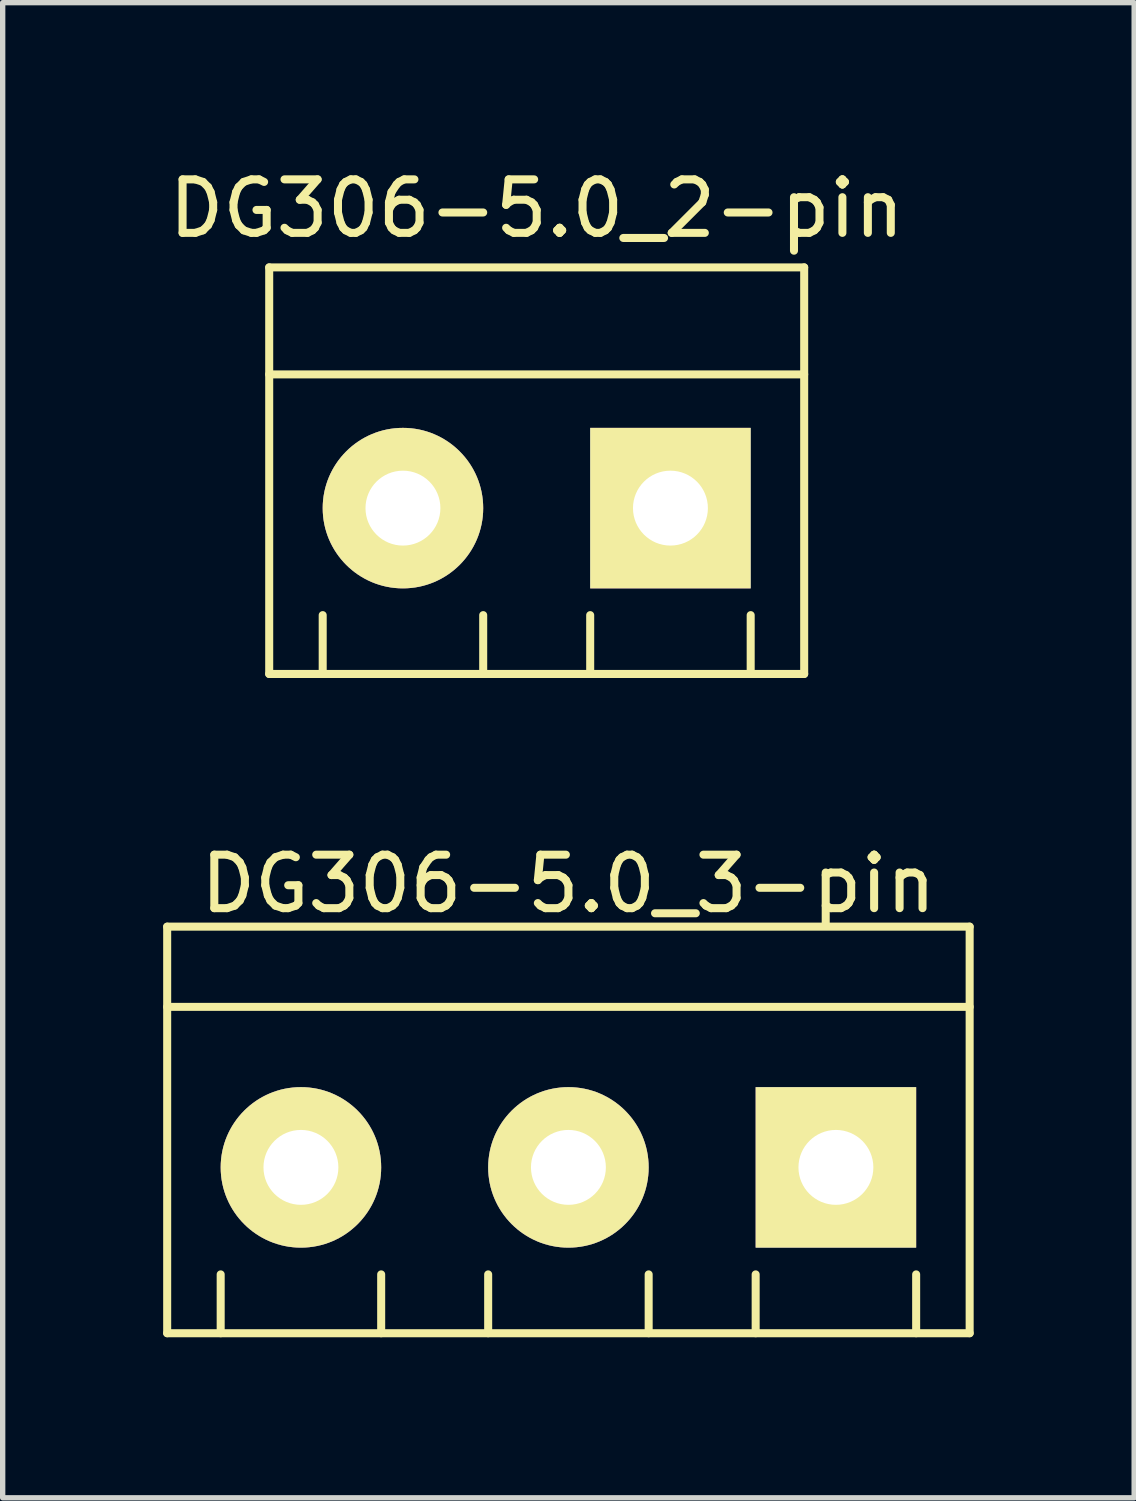
<source format=kicad_pcb>
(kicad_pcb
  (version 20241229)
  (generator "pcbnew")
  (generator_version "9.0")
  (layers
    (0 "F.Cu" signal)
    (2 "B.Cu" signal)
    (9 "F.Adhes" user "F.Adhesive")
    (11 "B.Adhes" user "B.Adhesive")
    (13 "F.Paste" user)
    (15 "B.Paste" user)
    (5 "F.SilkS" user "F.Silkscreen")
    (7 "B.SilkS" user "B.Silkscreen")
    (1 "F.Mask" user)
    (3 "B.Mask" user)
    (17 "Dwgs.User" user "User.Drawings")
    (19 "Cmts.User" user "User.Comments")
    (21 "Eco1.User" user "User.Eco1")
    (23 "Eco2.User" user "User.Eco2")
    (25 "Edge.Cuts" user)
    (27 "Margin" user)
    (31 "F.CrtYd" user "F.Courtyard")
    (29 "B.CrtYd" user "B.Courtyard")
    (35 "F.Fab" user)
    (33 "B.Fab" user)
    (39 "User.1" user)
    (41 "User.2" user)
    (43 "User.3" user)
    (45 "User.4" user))
  (footprint "DG306-5.0_2-pin"
    (layer "F.Cu")
    (at 6.982 6.448)
    (property "Reference" "DG306-5.0_2-pin" (at 0 -5.6 0) (layer "F.SilkS") (effects (font (size 1 1) (thickness 0.15))))
    (attr through_hole)
    (fp_line (start -5 -4.5) (end -5 3.1) (stroke (width 0.15) (type solid)) (layer "F.SilkS"))
    (fp_line (start -5 -2.5) (end 5 -2.5) (stroke (width 0.15) (type solid)) (layer "F.SilkS"))
    (fp_line (start -4 3.1) (end -4 2) (stroke (width 0.15) (type solid)) (layer "F.SilkS"))
    (fp_line (start -1 3.1) (end -1 2) (stroke (width 0.15) (type solid)) (layer "F.SilkS"))
    (fp_line (start 1 3.1) (end 1 2) (stroke (width 0.15) (type solid)) (layer "F.SilkS"))
    (fp_line (start 4 3.1) (end 4 2) (stroke (width 0.15) (type solid)) (layer "F.SilkS"))
    (fp_line (start 5 -4.5) (end -5 -4.5) (stroke (width 0.15) (type solid)) (layer "F.SilkS"))
    (fp_line (start 5 3.1) (end -5 3.1) (stroke (width 0.15) (type solid)) (layer "F.SilkS"))
    (fp_line (start 5 3.1) (end 5 -4.5) (stroke (width 0.15) (type solid)) (layer "F.SilkS"))
    (pad "1" thru_hole rect (at 2.5 0) (size 3 3) (drill 1.4) (layers "*.Cu" "*.Mask" "F.SilkS"))
    (pad "2" thru_hole circle (at -2.5 0) (size 3 3) (drill 1.4) (layers "*.Cu" "*.Mask" "F.SilkS")))
  (footprint "DG306-5.0_3-pin"
    (layer "F.Cu")
    (at 7.575 18.771)
    (property "Reference" "DG306-5.0_3-pin" (at 0 -5.3 0) (layer "F.SilkS") (effects (font (size 1 1) (thickness 0.15))))
    (attr through_hole)
    (fp_line (start -7.5 -4.5) (end 7.5 -4.5) (stroke (width 0.15) (type solid)) (layer "F.SilkS"))
    (fp_line (start -7.5 -3) (end 7.5 -3) (stroke (width 0.15) (type solid)) (layer "F.SilkS"))
    (fp_line (start -7.5 3.1) (end -7.5 -4.5) (stroke (width 0.15) (type solid)) (layer "F.SilkS"))
    (fp_line (start -6.5 3.1) (end -6.5 2) (stroke (width 0.15) (type solid)) (layer "F.SilkS"))
    (fp_line (start -3.5 3.1) (end -3.5 2) (stroke (width 0.15) (type solid)) (layer "F.SilkS"))
    (fp_line (start -1.5 3.1) (end -1.5 2) (stroke (width 0.15) (type solid)) (layer "F.SilkS"))
    (fp_line (start 1.5 3.1) (end 1.5 2) (stroke (width 0.15) (type solid)) (layer "F.SilkS"))
    (fp_line (start 3.5 3.1) (end 3.5 2) (stroke (width 0.15) (type solid)) (layer "F.SilkS"))
    (fp_line (start 6.5 3.1) (end 6.5 2) (stroke (width 0.15) (type solid)) (layer "F.SilkS"))
    (fp_line (start 7.5 -4.5) (end 7.5 3.1) (stroke (width 0.15) (type solid)) (layer "F.SilkS"))
    (fp_line (start 7.5 3.1) (end -7.5 3.1) (stroke (width 0.15) (type solid)) (layer "F.SilkS"))
    (pad "1" thru_hole rect (at 5 0) (size 3 3) (drill 1.4) (layers "*.Cu" "*.Mask" "F.SilkS"))
    (pad "2" thru_hole circle (at 0 0) (size 3 3) (drill 1.4) (layers "*.Cu" "*.Mask" "F.SilkS"))
    (pad "3" thru_hole circle (at -5 0) (size 3 3) (drill 1.4) (layers "*.Cu" "*.Mask" "F.SilkS")))
  (gr_rect
    (start -3 -3)
    (end 18.15 24.947)
    (stroke (width 0.1) (type default))
    (fill no)
    (layer "Edge.Cuts")))
</source>
